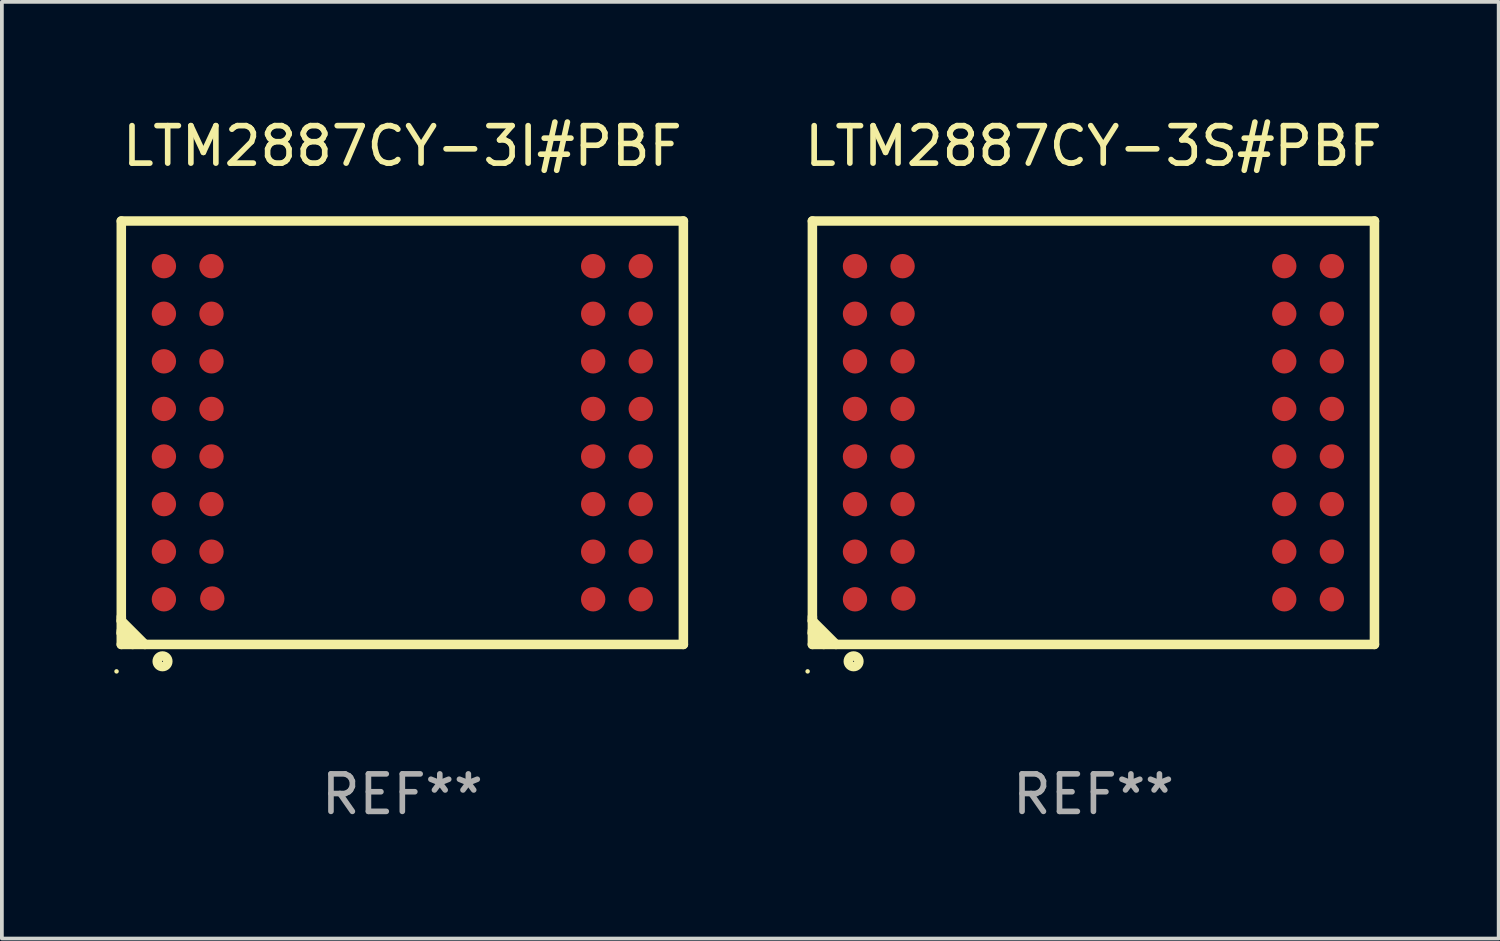
<source format=kicad_pcb>
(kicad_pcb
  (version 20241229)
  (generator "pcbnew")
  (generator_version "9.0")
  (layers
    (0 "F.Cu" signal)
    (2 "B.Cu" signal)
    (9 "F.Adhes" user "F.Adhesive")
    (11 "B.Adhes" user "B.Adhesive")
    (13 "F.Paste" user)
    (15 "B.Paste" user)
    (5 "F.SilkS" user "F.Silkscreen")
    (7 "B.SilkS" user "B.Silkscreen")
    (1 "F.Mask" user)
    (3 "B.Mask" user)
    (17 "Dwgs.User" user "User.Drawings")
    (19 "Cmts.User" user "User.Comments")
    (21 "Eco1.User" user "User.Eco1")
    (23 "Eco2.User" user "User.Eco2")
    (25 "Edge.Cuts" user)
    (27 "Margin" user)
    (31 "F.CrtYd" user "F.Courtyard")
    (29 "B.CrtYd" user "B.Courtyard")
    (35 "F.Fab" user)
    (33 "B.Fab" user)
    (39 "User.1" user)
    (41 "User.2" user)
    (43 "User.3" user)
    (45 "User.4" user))
  (footprint "LTM2887CY-3I#PBF"
    (layer "F.Cu")
    (at 7.687 8.498)
    (property "Reference" "LTM2887CY-3I#PBF" (at 0 -7.65 0) (layer "F.SilkS") (effects (font (size 1 1) (thickness 0.15))))
    (attr through_hole)
    (fp_line (start -7.5 -5.65) (end -7.5 5.65) (stroke (width 0.254) (type solid)) (layer "F.SilkS"))
    (fp_line (start -7.5 -5.65) (end 7.5 -5.65) (stroke (width 0.254) (type solid)) (layer "F.SilkS"))
    (fp_line (start -7.5 4.911) (end -7.5 5.02) (stroke (width 0.254) (type solid)) (layer "F.SilkS"))
    (fp_line (start -7.5 5.02) (end -6.87 5.65) (stroke (width 0.254) (type solid)) (layer "F.SilkS"))
    (fp_line (start -7.5 5.286) (end -7.5 5.347) (stroke (width 0.254) (type solid)) (layer "F.SilkS"))
    (fp_line (start -7.5 5.347) (end -7.197 5.65) (stroke (width 0.254) (type solid)) (layer "F.SilkS"))
    (fp_line (start -7.5 5.65) (end 7.5 5.65) (stroke (width 0.254) (type solid)) (layer "F.SilkS"))
    (fp_line (start 7.5 -5.65) (end 7.5 5.65) (stroke (width 0.254) (type solid)) (layer "F.SilkS"))
    (fp_circle (center -7.627 6.369) (end -7.597 6.369) (stroke (width 0.06) (type solid)) (fill no) (layer "F.SilkS"))
    (fp_circle (center -6.4 6.1) (end -6.259 6.1) (stroke (width 0.254) (type solid)) (fill no) (layer "F.SilkS"))
    (fp_text user "REF**" (at 0 9.65 0) (layer "F.Fab") (effects (font (size 1 1) (thickness 0.15))))
    (pad "A1" smd circle (at -6.363 4.445) (size 0.65 0.65) (layers "F.Cu" "F.Mask" "F.Paste"))
    (pad "A2" smd circle (at -6.363 3.175) (size 0.65 0.65) (layers "F.Cu" "F.Mask" "F.Paste"))
    (pad "A3" smd circle (at -6.363 1.905) (size 0.65 0.65) (layers "F.Cu" "F.Mask" "F.Paste"))
    (pad "A4" smd circle (at -6.363 0.635) (size 0.65 0.65) (layers "F.Cu" "F.Mask" "F.Paste"))
    (pad "A5" smd circle (at -6.363 -0.635) (size 0.65 0.65) (layers "F.Cu" "F.Mask" "F.Paste"))
    (pad "A6" smd circle (at -6.363 -1.905) (size 0.65 0.65) (layers "F.Cu" "F.Mask" "F.Paste"))
    (pad "A7" smd circle (at -6.363 -3.175) (size 0.65 0.65) (layers "F.Cu" "F.Mask" "F.Paste"))
    (pad "A8" smd circle (at -6.363 -4.445) (size 0.65 0.65) (layers "F.Cu" "F.Mask" "F.Paste"))
    (pad "B1" smd circle (at -5.072 4.425) (size 0.65 0.65) (layers "F.Cu" "F.Mask" "F.Paste"))
    (pad "B2" smd circle (at -5.093 3.175) (size 0.65 0.65) (layers "F.Cu" "F.Mask" "F.Paste"))
    (pad "B3" smd circle (at -5.093 1.905) (size 0.65 0.65) (layers "F.Cu" "F.Mask" "F.Paste"))
    (pad "B4" smd circle (at -5.093 0.635) (size 0.65 0.65) (layers "F.Cu" "F.Mask" "F.Paste"))
    (pad "B5" smd circle (at -5.093 -0.635) (size 0.65 0.65) (layers "F.Cu" "F.Mask" "F.Paste"))
    (pad "B6" smd circle (at -5.093 -1.905) (size 0.65 0.65) (layers "F.Cu" "F.Mask" "F.Paste"))
    (pad "B7" smd circle (at -5.093 -3.175) (size 0.65 0.65) (layers "F.Cu" "F.Mask" "F.Paste"))
    (pad "B8" smd circle (at -5.093 -4.445) (size 0.65 0.65) (layers "F.Cu" "F.Mask" "F.Paste"))
    (pad "K1" smd circle (at 5.093 4.445) (size 0.65 0.65) (layers "F.Cu" "F.Mask" "F.Paste"))
    (pad "K2" smd circle (at 5.093 3.175) (size 0.65 0.65) (layers "F.Cu" "F.Mask" "F.Paste"))
    (pad "K3" smd circle (at 5.093 1.905) (size 0.65 0.65) (layers "F.Cu" "F.Mask" "F.Paste"))
    (pad "K4" smd circle (at 5.093 0.635) (size 0.65 0.65) (layers "F.Cu" "F.Mask" "F.Paste"))
    (pad "K5" smd circle (at 5.093 -0.635) (size 0.65 0.65) (layers "F.Cu" "F.Mask" "F.Paste"))
    (pad "K6" smd circle (at 5.093 -1.905) (size 0.65 0.65) (layers "F.Cu" "F.Mask" "F.Paste"))
    (pad "K7" smd circle (at 5.093 -3.175) (size 0.65 0.65) (layers "F.Cu" "F.Mask" "F.Paste"))
    (pad "K8" smd circle (at 5.093 -4.445) (size 0.65 0.65) (layers "F.Cu" "F.Mask" "F.Paste"))
    (pad "L1" smd circle (at 6.363 4.445) (size 0.65 0.65) (layers "F.Cu" "F.Mask" "F.Paste"))
    (pad "L2" smd circle (at 6.363 3.175) (size 0.65 0.65) (layers "F.Cu" "F.Mask" "F.Paste"))
    (pad "L3" smd circle (at 6.363 1.905) (size 0.65 0.65) (layers "F.Cu" "F.Mask" "F.Paste"))
    (pad "L4" smd circle (at 6.363 0.635) (size 0.65 0.65) (layers "F.Cu" "F.Mask" "F.Paste"))
    (pad "L5" smd circle (at 6.363 -0.635) (size 0.65 0.65) (layers "F.Cu" "F.Mask" "F.Paste"))
    (pad "L6" smd circle (at 6.363 -1.905) (size 0.65 0.65) (layers "F.Cu" "F.Mask" "F.Paste"))
    (pad "L7" smd circle (at 6.363 -3.175) (size 0.65 0.65) (layers "F.Cu" "F.Mask" "F.Paste"))
    (pad "L8" smd circle (at 6.363 -4.445) (size 0.65 0.65) (layers "F.Cu" "F.Mask" "F.Paste")))
  (footprint "LTM2887CY-3S#PBF"
    (layer "F.Cu")
    (at 26.13 8.498)
    (property "Reference" "LTM2887CY-3S#PBF" (at 0 -7.65 0) (layer "F.SilkS") (effects (font (size 1 1) (thickness 0.15))))
    (attr through_hole)
    (fp_line (start -7.5 -5.65) (end -7.5 5.65) (stroke (width 0.254) (type solid)) (layer "F.SilkS"))
    (fp_line (start -7.5 -5.65) (end 7.5 -5.65) (stroke (width 0.254) (type solid)) (layer "F.SilkS"))
    (fp_line (start -7.5 4.911) (end -7.5 5.02) (stroke (width 0.254) (type solid)) (layer "F.SilkS"))
    (fp_line (start -7.5 5.02) (end -6.87 5.65) (stroke (width 0.254) (type solid)) (layer "F.SilkS"))
    (fp_line (start -7.5 5.286) (end -7.5 5.347) (stroke (width 0.254) (type solid)) (layer "F.SilkS"))
    (fp_line (start -7.5 5.347) (end -7.197 5.65) (stroke (width 0.254) (type solid)) (layer "F.SilkS"))
    (fp_line (start -7.5 5.65) (end 7.5 5.65) (stroke (width 0.254) (type solid)) (layer "F.SilkS"))
    (fp_line (start 7.5 -5.65) (end 7.5 5.65) (stroke (width 0.254) (type solid)) (layer "F.SilkS"))
    (fp_circle (center -7.627 6.369) (end -7.597 6.369) (stroke (width 0.06) (type solid)) (fill no) (layer "F.SilkS"))
    (fp_circle (center -6.4 6.1) (end -6.259 6.1) (stroke (width 0.254) (type solid)) (fill no) (layer "F.SilkS"))
    (fp_text user "REF**" (at 0 9.65 0) (layer "F.Fab") (effects (font (size 1 1) (thickness 0.15))))
    (pad "A1" smd circle (at -6.363 4.445) (size 0.65 0.65) (layers "F.Cu" "F.Mask" "F.Paste"))
    (pad "A2" smd circle (at -6.363 3.175) (size 0.65 0.65) (layers "F.Cu" "F.Mask" "F.Paste"))
    (pad "A3" smd circle (at -6.363 1.905) (size 0.65 0.65) (layers "F.Cu" "F.Mask" "F.Paste"))
    (pad "A4" smd circle (at -6.363 0.635) (size 0.65 0.65) (layers "F.Cu" "F.Mask" "F.Paste"))
    (pad "A5" smd circle (at -6.363 -0.635) (size 0.65 0.65) (layers "F.Cu" "F.Mask" "F.Paste"))
    (pad "A6" smd circle (at -6.363 -1.905) (size 0.65 0.65) (layers "F.Cu" "F.Mask" "F.Paste"))
    (pad "A7" smd circle (at -6.363 -3.175) (size 0.65 0.65) (layers "F.Cu" "F.Mask" "F.Paste"))
    (pad "A8" smd circle (at -6.363 -4.445) (size 0.65 0.65) (layers "F.Cu" "F.Mask" "F.Paste"))
    (pad "B1" smd circle (at -5.072 4.425) (size 0.65 0.65) (layers "F.Cu" "F.Mask" "F.Paste"))
    (pad "B2" smd circle (at -5.093 3.175) (size 0.65 0.65) (layers "F.Cu" "F.Mask" "F.Paste"))
    (pad "B3" smd circle (at -5.093 1.905) (size 0.65 0.65) (layers "F.Cu" "F.Mask" "F.Paste"))
    (pad "B4" smd circle (at -5.093 0.635) (size 0.65 0.65) (layers "F.Cu" "F.Mask" "F.Paste"))
    (pad "B5" smd circle (at -5.093 -0.635) (size 0.65 0.65) (layers "F.Cu" "F.Mask" "F.Paste"))
    (pad "B6" smd circle (at -5.093 -1.905) (size 0.65 0.65) (layers "F.Cu" "F.Mask" "F.Paste"))
    (pad "B7" smd circle (at -5.093 -3.175) (size 0.65 0.65) (layers "F.Cu" "F.Mask" "F.Paste"))
    (pad "B8" smd circle (at -5.093 -4.445) (size 0.65 0.65) (layers "F.Cu" "F.Mask" "F.Paste"))
    (pad "K1" smd circle (at 5.093 4.445) (size 0.65 0.65) (layers "F.Cu" "F.Mask" "F.Paste"))
    (pad "K2" smd circle (at 5.093 3.175) (size 0.65 0.65) (layers "F.Cu" "F.Mask" "F.Paste"))
    (pad "K3" smd circle (at 5.093 1.905) (size 0.65 0.65) (layers "F.Cu" "F.Mask" "F.Paste"))
    (pad "K4" smd circle (at 5.093 0.635) (size 0.65 0.65) (layers "F.Cu" "F.Mask" "F.Paste"))
    (pad "K5" smd circle (at 5.093 -0.635) (size 0.65 0.65) (layers "F.Cu" "F.Mask" "F.Paste"))
    (pad "K6" smd circle (at 5.093 -1.905) (size 0.65 0.65) (layers "F.Cu" "F.Mask" "F.Paste"))
    (pad "K7" smd circle (at 5.093 -3.175) (size 0.65 0.65) (layers "F.Cu" "F.Mask" "F.Paste"))
    (pad "K8" smd circle (at 5.093 -4.445) (size 0.65 0.65) (layers "F.Cu" "F.Mask" "F.Paste"))
    (pad "L1" smd circle (at 6.363 4.445) (size 0.65 0.65) (layers "F.Cu" "F.Mask" "F.Paste"))
    (pad "L2" smd circle (at 6.363 3.175) (size 0.65 0.65) (layers "F.Cu" "F.Mask" "F.Paste"))
    (pad "L3" smd circle (at 6.363 1.905) (size 0.65 0.65) (layers "F.Cu" "F.Mask" "F.Paste"))
    (pad "L4" smd circle (at 6.363 0.635) (size 0.65 0.65) (layers "F.Cu" "F.Mask" "F.Paste"))
    (pad "L5" smd circle (at 6.363 -0.635) (size 0.65 0.65) (layers "F.Cu" "F.Mask" "F.Paste"))
    (pad "L6" smd circle (at 6.363 -1.905) (size 0.65 0.65) (layers "F.Cu" "F.Mask" "F.Paste"))
    (pad "L7" smd circle (at 6.363 -3.175) (size 0.65 0.65) (layers "F.Cu" "F.Mask" "F.Paste"))
    (pad "L8" smd circle (at 6.363 -4.445) (size 0.65 0.65) (layers "F.Cu" "F.Mask" "F.Paste")))
  (gr_rect
    (start -3 -3)
    (end 36.945 21.997)
    (stroke (width 0.1) (type default))
    (fill no)
    (layer "Edge.Cuts")))
</source>
